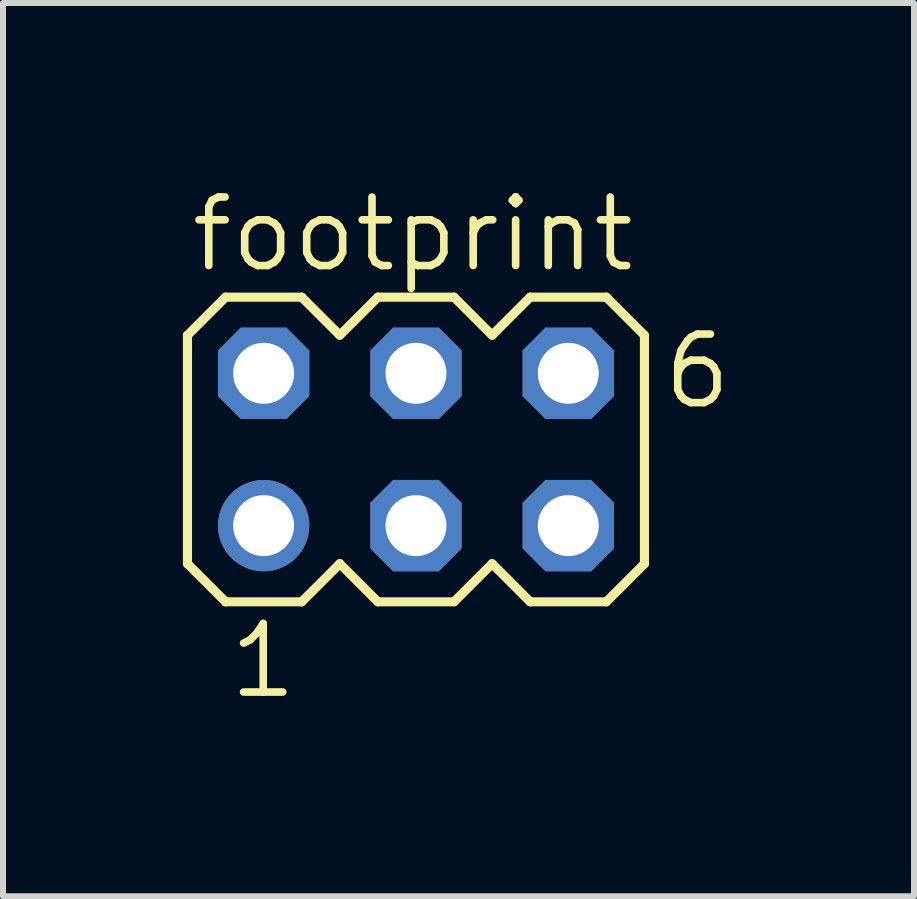
<source format=kicad_pcb>
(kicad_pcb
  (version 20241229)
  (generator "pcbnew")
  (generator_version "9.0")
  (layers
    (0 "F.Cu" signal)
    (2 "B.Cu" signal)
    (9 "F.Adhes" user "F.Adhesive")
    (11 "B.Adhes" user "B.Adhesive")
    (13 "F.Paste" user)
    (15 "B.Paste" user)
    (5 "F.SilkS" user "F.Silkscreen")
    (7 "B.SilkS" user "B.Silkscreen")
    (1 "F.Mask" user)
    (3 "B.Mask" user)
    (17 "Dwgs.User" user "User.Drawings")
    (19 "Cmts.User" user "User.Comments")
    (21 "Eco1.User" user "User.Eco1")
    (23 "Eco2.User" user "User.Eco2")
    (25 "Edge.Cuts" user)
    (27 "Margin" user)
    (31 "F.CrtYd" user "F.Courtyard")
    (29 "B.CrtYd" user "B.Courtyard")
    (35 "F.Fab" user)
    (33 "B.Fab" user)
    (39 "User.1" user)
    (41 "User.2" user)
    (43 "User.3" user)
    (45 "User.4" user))
  (footprint "footprint"
    (layer "F.Cu")
    (at 3.886 4.445)
    (property "Reference" "footprint" (at -3.81 -2.921 0) (layer "F.SilkS") (effects (font (size 1.143 1.143) (thickness 0.127)) (justify left bottom)))
    (fp_line (start -3.81 -1.905) (end -3.81 1.905) (stroke (width 0.152) (type solid)) (layer "F.SilkS"))
    (fp_line (start -3.81 1.905) (end -3.175 2.54) (stroke (width 0.152) (type solid)) (layer "F.SilkS"))
    (fp_line (start -3.175 -2.54) (end -3.81 -1.905) (stroke (width 0.152) (type solid)) (layer "F.SilkS"))
    (fp_line (start -3.175 -2.54) (end -1.905 -2.54) (stroke (width 0.152) (type solid)) (layer "F.SilkS"))
    (fp_line (start -1.905 -2.54) (end -1.27 -1.905) (stroke (width 0.152) (type solid)) (layer "F.SilkS"))
    (fp_line (start -1.905 2.54) (end -3.175 2.54) (stroke (width 0.152) (type solid)) (layer "F.SilkS"))
    (fp_line (start -1.27 -1.905) (end -0.635 -2.54) (stroke (width 0.152) (type solid)) (layer "F.SilkS"))
    (fp_line (start -1.27 1.905) (end -1.905 2.54) (stroke (width 0.152) (type solid)) (layer "F.SilkS"))
    (fp_line (start -0.635 -2.54) (end 0.635 -2.54) (stroke (width 0.152) (type solid)) (layer "F.SilkS"))
    (fp_line (start -0.635 2.54) (end -1.27 1.905) (stroke (width 0.152) (type solid)) (layer "F.SilkS"))
    (fp_line (start 0.635 -2.54) (end 1.27 -1.905) (stroke (width 0.152) (type solid)) (layer "F.SilkS"))
    (fp_line (start 0.635 2.54) (end -0.635 2.54) (stroke (width 0.152) (type solid)) (layer "F.SilkS"))
    (fp_line (start 1.27 -1.905) (end 1.905 -2.54) (stroke (width 0.152) (type solid)) (layer "F.SilkS"))
    (fp_line (start 1.27 1.905) (end 0.635 2.54) (stroke (width 0.152) (type solid)) (layer "F.SilkS"))
    (fp_line (start 1.905 -2.54) (end 3.175 -2.54) (stroke (width 0.152) (type solid)) (layer "F.SilkS"))
    (fp_line (start 1.905 2.54) (end 1.27 1.905) (stroke (width 0.152) (type solid)) (layer "F.SilkS"))
    (fp_line (start 3.175 -2.54) (end 3.81 -1.905) (stroke (width 0.152) (type solid)) (layer "F.SilkS"))
    (fp_line (start 3.175 2.54) (end 1.905 2.54) (stroke (width 0.152) (type solid)) (layer "F.SilkS"))
    (fp_line (start 3.81 -1.905) (end 3.81 1.905) (stroke (width 0.152) (type solid)) (layer "F.SilkS"))
    (fp_line (start 3.81 1.905) (end 3.175 2.54) (stroke (width 0.152) (type solid)) (layer "F.SilkS"))
    (fp_poly (pts (xy -2.794 -1.016) (xy -2.286 -1.016) (xy -2.286 -1.524) (xy -2.794 -1.524)) (stroke (width 0.1) (type solid)) (fill no) (layer "F.Fab"))
    (fp_poly (pts (xy -2.794 1.524) (xy -2.286 1.524) (xy -2.286 1.016) (xy -2.794 1.016)) (stroke (width 0.1) (type solid)) (fill no) (layer "F.Fab"))
    (fp_poly (pts (xy -0.254 -1.016) (xy 0.254 -1.016) (xy 0.254 -1.524) (xy -0.254 -1.524)) (stroke (width 0.1) (type solid)) (fill no) (layer "F.Fab"))
    (fp_poly (pts (xy -0.254 1.524) (xy 0.254 1.524) (xy 0.254 1.016) (xy -0.254 1.016)) (stroke (width 0.1) (type solid)) (fill no) (layer "F.Fab"))
    (fp_poly (pts (xy 2.286 -1.016) (xy 2.794 -1.016) (xy 2.794 -1.524) (xy 2.286 -1.524)) (stroke (width 0.1) (type solid)) (fill no) (layer "F.Fab"))
    (fp_poly (pts (xy 2.286 1.524) (xy 2.794 1.524) (xy 2.794 1.016) (xy 2.286 1.016)) (stroke (width 0.1) (type solid)) (fill no) (layer "F.Fab"))
    (fp_text user "6" (at 4.064 -0.635 0) (layer "F.SilkS") (effects (font (size 1.143 1.143) (thickness 0.127)) (justify left bottom)))
    (fp_text user "1" (at -3.175 4.191 0) (layer "F.SilkS") (effects (font (size 1.143 1.143) (thickness 0.127)) (justify left bottom)))
    (pad "1" thru_hole circle (at -2.54 1.27) (size 1.524 1.524) (drill 1.016) (layers "*.Cu" "*.Mask"))
    (pad "2" thru_hole roundrect (at -2.54 -1.27) (size 1.524 1.524) (drill 1.016) (layers "*.Cu" "*.Mask") (roundrect_rratio 0.25) (chamfer_ratio 0.25) (chamfer top_left top_right bottom_left bottom_right))
    (pad "3" thru_hole roundrect (at 0 1.27) (size 1.524 1.524) (drill 1.016) (layers "*.Cu" "*.Mask") (roundrect_rratio 0.25) (chamfer_ratio 0.25) (chamfer top_left top_right bottom_left bottom_right))
    (pad "4" thru_hole roundrect (at 0 -1.27) (size 1.524 1.524) (drill 1.016) (layers "*.Cu" "*.Mask") (roundrect_rratio 0.25) (chamfer_ratio 0.25) (chamfer top_left top_right bottom_left bottom_right))
    (pad "5" thru_hole roundrect (at 2.54 1.27) (size 1.524 1.524) (drill 1.016) (layers "*.Cu" "*.Mask") (roundrect_rratio 0.25) (chamfer_ratio 0.25) (chamfer top_left top_right bottom_left bottom_right))
    (pad "6" thru_hole roundrect (at 2.54 -1.27) (size 1.524 1.524) (drill 1.016) (layers "*.Cu" "*.Mask") (roundrect_rratio 0.25) (chamfer_ratio 0.25) (chamfer top_left top_right bottom_left bottom_right)))
  (gr_rect
    (start -3 -3)
    (end 12.191 11.895)
    (stroke (width 0.1) (type default))
    (fill no)
    (layer "Edge.Cuts")))
</source>
